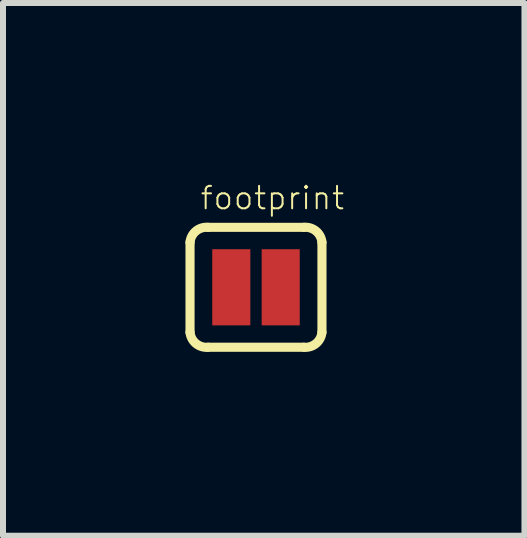
<source format=kicad_pcb>
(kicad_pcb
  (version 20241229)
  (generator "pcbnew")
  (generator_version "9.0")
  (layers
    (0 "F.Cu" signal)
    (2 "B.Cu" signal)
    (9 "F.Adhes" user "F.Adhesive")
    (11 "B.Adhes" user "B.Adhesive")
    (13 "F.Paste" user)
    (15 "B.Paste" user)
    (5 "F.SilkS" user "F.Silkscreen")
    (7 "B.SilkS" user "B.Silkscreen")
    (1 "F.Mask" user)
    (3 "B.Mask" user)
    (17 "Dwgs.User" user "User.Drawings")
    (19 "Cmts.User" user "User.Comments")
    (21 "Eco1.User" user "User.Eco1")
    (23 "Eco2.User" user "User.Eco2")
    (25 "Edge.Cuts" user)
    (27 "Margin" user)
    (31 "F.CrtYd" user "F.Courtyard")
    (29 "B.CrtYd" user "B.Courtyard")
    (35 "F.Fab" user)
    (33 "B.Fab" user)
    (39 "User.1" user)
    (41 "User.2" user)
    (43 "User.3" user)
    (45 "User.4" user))
  (footprint "footprint"
    (layer "F.Cu")
    (at 1.219 1.741)
    (property "Reference" "footprint" (at -0.95 -1.27 0) (layer "F.SilkS") (effects (font (size 0.374 0.374) (thickness 0.033)) (justify left bottom)))
    (fp_line (start -1.1 0.75) (end -1.1 -0.75) (stroke (width 0.152) (type solid)) (layer "F.SilkS"))
    (fp_line (start -0.8 -1) (end 0.8 -1) (stroke (width 0.152) (type solid)) (layer "F.SilkS"))
    (fp_line (start 0.8 1) (end -0.8 1) (stroke (width 0.152) (type solid)) (layer "F.SilkS"))
    (fp_line (start 1.1 0.75) (end 1.1 -0.75) (stroke (width 0.152) (type solid)) (layer "F.SilkS"))
    (fp_arc (start -1.1 -0.75) (mid -1.001777 -0.937132) (end -0.8 -1) (stroke (width 0.1524) (type solid)) (layer "F.SilkS"))
    (fp_arc (start -0.799998 1) (mid -1.001849 0.93722) (end -1.1 0.75) (stroke (width 0.1524) (type solid)) (layer "F.SilkS"))
    (fp_arc (start 0.8 -1) (mid 1.001777 -0.937132) (end 1.1 -0.75) (stroke (width 0.1524) (type solid)) (layer "F.SilkS"))
    (fp_arc (start 1.1 0.75) (mid 1.001777 0.937132) (end 0.8 1) (stroke (width 0.1524) (type solid)) (layer "F.SilkS"))
    (fp_poly (pts (xy -1.219 1.143) (xy 1.219 1.143) (xy 1.219 -1.143) (xy -1.219 -1.143)) (stroke (width 0) (type solid)) (fill yes) (layer "F.Paste"))
    (pad "1" smd rect (at -0.412 0) (size 0.635 1.27) (layers "F.Cu" "F.Mask" "F.Paste"))
    (pad "2" smd rect (at 0.412 0) (size 0.635 1.27) (layers "F.Cu" "F.Mask" "F.Paste")))
  (gr_rect
    (start -3 -3)
    (end 5.696 5.884)
    (stroke (width 0.1) (type default))
    (fill no)
    (layer "Edge.Cuts")))
</source>
